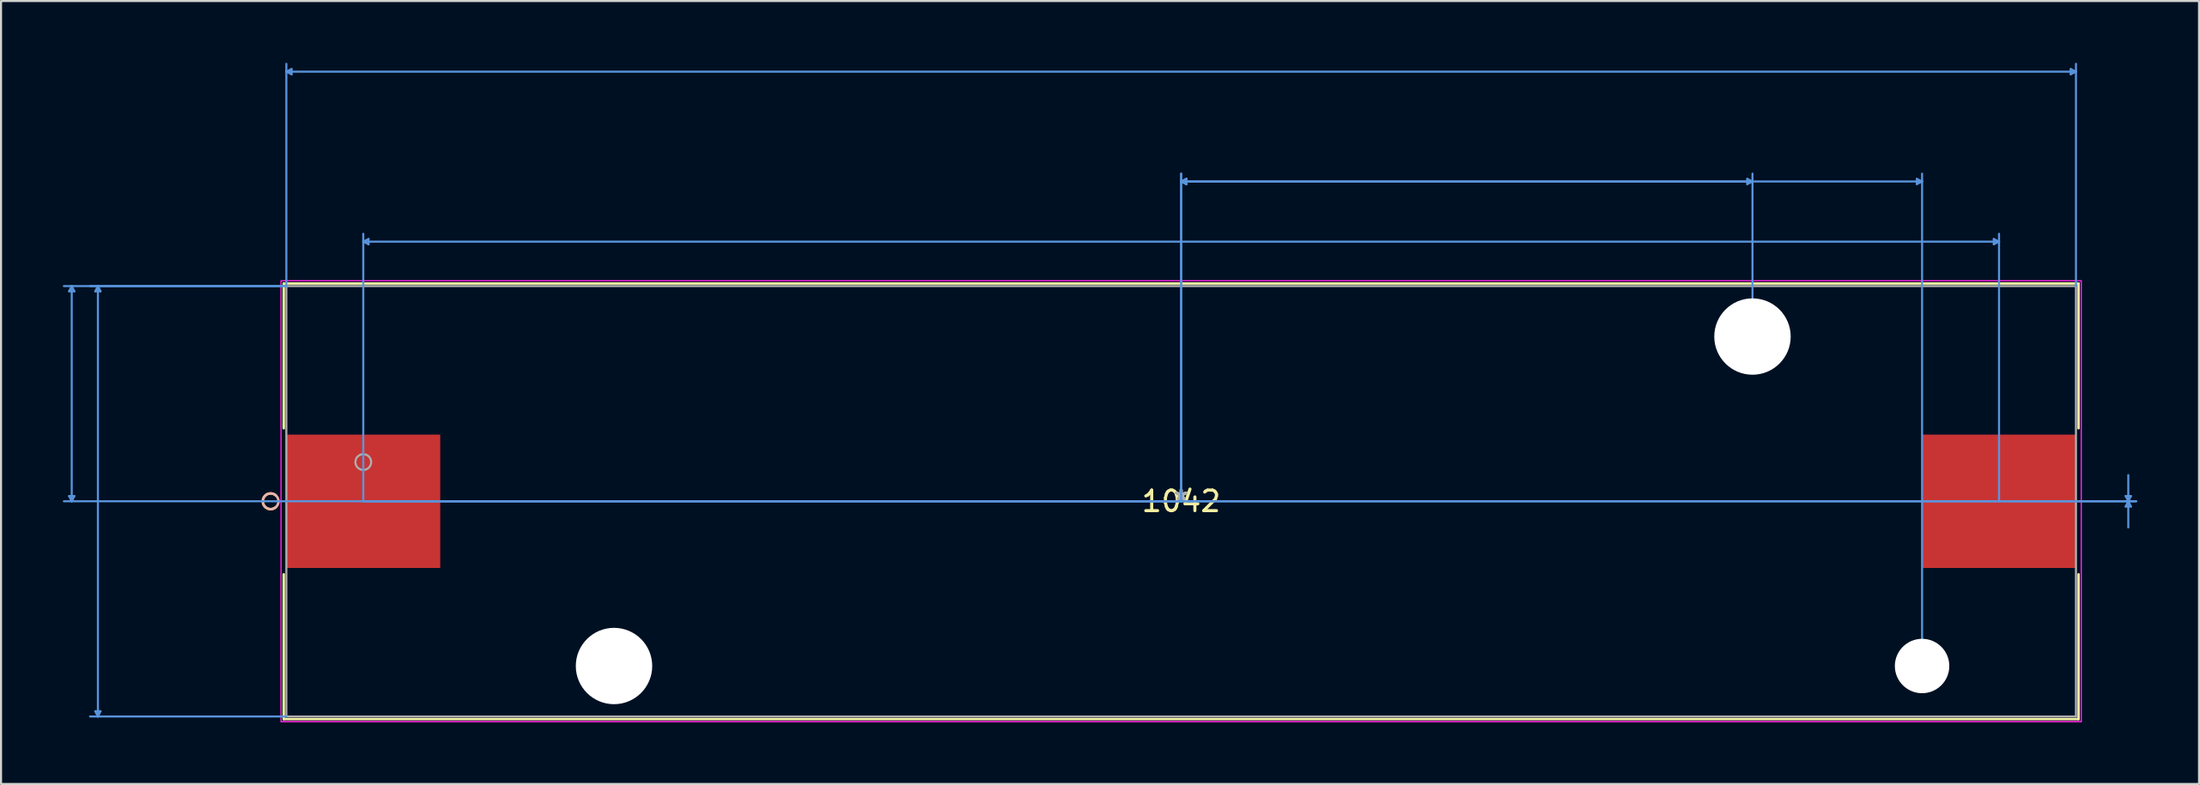
<source format=kicad_pcb>
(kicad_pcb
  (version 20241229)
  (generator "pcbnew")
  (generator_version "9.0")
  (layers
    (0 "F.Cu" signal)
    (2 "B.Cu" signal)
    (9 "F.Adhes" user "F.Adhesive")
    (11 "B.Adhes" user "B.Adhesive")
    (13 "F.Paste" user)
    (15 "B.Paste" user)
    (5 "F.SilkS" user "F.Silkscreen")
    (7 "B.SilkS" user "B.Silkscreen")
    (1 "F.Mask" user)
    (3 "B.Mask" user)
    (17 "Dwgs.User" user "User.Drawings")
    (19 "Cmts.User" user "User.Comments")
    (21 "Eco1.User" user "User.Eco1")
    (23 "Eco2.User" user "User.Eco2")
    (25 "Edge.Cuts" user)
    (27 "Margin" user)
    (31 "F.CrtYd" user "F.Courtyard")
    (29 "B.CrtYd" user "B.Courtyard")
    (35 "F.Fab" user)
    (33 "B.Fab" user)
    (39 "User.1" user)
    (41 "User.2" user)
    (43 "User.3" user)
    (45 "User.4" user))
  (footprint "1042"
    (layer "F.Cu")
    (at 54.266 21.297)
    (property "Reference" "1042" (at 0 0 0) (layer "F.SilkS") (effects (font (size 1 1) (thickness 0.15))))
    (attr through_hole)
    (fp_line (start -43.548 -10.579) (end -43.548 -3.546) (stroke (width 0.12) (type solid)) (layer "F.SilkS"))
    (fp_line (start -43.548 3.546) (end -43.548 10.579) (stroke (width 0.12) (type solid)) (layer "F.SilkS"))
    (fp_line (start -43.548 10.579) (end 43.548 10.579) (stroke (width 0.12) (type solid)) (layer "F.SilkS"))
    (fp_line (start 43.548 -10.579) (end -43.548 -10.579) (stroke (width 0.12) (type solid)) (layer "F.SilkS"))
    (fp_line (start 43.548 -3.546) (end 43.548 -10.579) (stroke (width 0.12) (type solid)) (layer "F.SilkS"))
    (fp_line (start 43.548 10.579) (end 43.548 3.546) (stroke (width 0.12) (type solid)) (layer "F.SilkS"))
    (fp_arc (start -43.93184 0.286232) (mid -44.5643 0) (end -43.93184 -0.286232) (stroke (width 0.12) (type solid)) (layer "F.SilkS"))
    (fp_circle (center -44.183 0) (end -43.802 0) (stroke (width 0.12) (type solid)) (fill no) (layer "B.SilkS"))
    (fp_line (start -53.962 -10.198) (end -53.708 -10.198) (stroke (width 0.1) (type solid)) (layer "Cmts.User"))
    (fp_line (start -53.962 -0.254) (end -53.708 -0.254) (stroke (width 0.1) (type solid)) (layer "Cmts.User"))
    (fp_line (start -53.835 -10.452) (end -53.962 -10.198) (stroke (width 0.1) (type solid)) (layer "Cmts.User"))
    (fp_line (start -53.835 -10.452) (end -53.835 0) (stroke (width 0.1) (type solid)) (layer "Cmts.User"))
    (fp_line (start -53.835 -10.452) (end -53.708 -10.198) (stroke (width 0.1) (type solid)) (layer "Cmts.User"))
    (fp_line (start -53.835 0) (end -53.962 -0.254) (stroke (width 0.1) (type solid)) (layer "Cmts.User"))
    (fp_line (start -53.835 0) (end -53.708 -0.254) (stroke (width 0.1) (type solid)) (layer "Cmts.User"))
    (fp_line (start -52.692 -10.198) (end -52.438 -10.198) (stroke (width 0.1) (type solid)) (layer "Cmts.User"))
    (fp_line (start -52.692 10.198) (end -52.438 10.198) (stroke (width 0.1) (type solid)) (layer "Cmts.User"))
    (fp_line (start -52.565 -10.452) (end -52.692 -10.198) (stroke (width 0.1) (type solid)) (layer "Cmts.User"))
    (fp_line (start -52.565 -10.452) (end -52.565 10.452) (stroke (width 0.1) (type solid)) (layer "Cmts.User"))
    (fp_line (start -52.565 -10.452) (end -52.438 -10.198) (stroke (width 0.1) (type solid)) (layer "Cmts.User"))
    (fp_line (start -52.565 10.452) (end -52.692 10.198) (stroke (width 0.1) (type solid)) (layer "Cmts.User"))
    (fp_line (start -52.565 10.452) (end -52.438 10.198) (stroke (width 0.1) (type solid)) (layer "Cmts.User"))
    (fp_line (start -43.421 -20.866) (end -43.167 -20.993) (stroke (width 0.1) (type solid)) (layer "Cmts.User"))
    (fp_line (start -43.421 -20.866) (end -43.167 -20.739) (stroke (width 0.1) (type solid)) (layer "Cmts.User"))
    (fp_line (start -43.421 -20.866) (end 43.421 -20.866) (stroke (width 0.1) (type solid)) (layer "Cmts.User"))
    (fp_line (start -43.421 -10.452) (end -54.216 -10.452) (stroke (width 0.1) (type solid)) (layer "Cmts.User"))
    (fp_line (start -43.421 -10.452) (end -52.946 -10.452) (stroke (width 0.1) (type solid)) (layer "Cmts.User"))
    (fp_line (start -43.421 -10.452) (end -43.421 -21.247) (stroke (width 0.1) (type solid)) (layer "Cmts.User"))
    (fp_line (start -43.421 10.452) (end -52.946 10.452) (stroke (width 0.1) (type solid)) (layer "Cmts.User"))
    (fp_line (start -43.167 -20.993) (end -43.167 -20.739) (stroke (width 0.1) (type solid)) (layer "Cmts.User"))
    (fp_line (start -39.688 -12.611) (end -39.434 -12.738) (stroke (width 0.1) (type solid)) (layer "Cmts.User"))
    (fp_line (start -39.688 -12.611) (end -39.434 -12.484) (stroke (width 0.1) (type solid)) (layer "Cmts.User"))
    (fp_line (start -39.688 -12.611) (end 39.688 -12.611) (stroke (width 0.1) (type solid)) (layer "Cmts.User"))
    (fp_line (start -39.688 0) (end -39.688 -12.992) (stroke (width 0.1) (type solid)) (layer "Cmts.User"))
    (fp_line (start -39.688 0) (end 46.342 0) (stroke (width 0.1) (type solid)) (layer "Cmts.User"))
    (fp_line (start -39.688 0) (end 46.342 0) (stroke (width 0.1) (type solid)) (layer "Cmts.User"))
    (fp_line (start -39.434 -12.738) (end -39.434 -12.484) (stroke (width 0.1) (type solid)) (layer "Cmts.User"))
    (fp_line (start 0 -15.532) (end 0.254 -15.659) (stroke (width 0.1) (type solid)) (layer "Cmts.User"))
    (fp_line (start 0 -15.532) (end 0.254 -15.659) (stroke (width 0.1) (type solid)) (layer "Cmts.User"))
    (fp_line (start 0 -15.532) (end 0.254 -15.405) (stroke (width 0.1) (type solid)) (layer "Cmts.User"))
    (fp_line (start 0 -15.532) (end 0.254 -15.405) (stroke (width 0.1) (type solid)) (layer "Cmts.User"))
    (fp_line (start 0 -15.532) (end 27.724 -15.532) (stroke (width 0.1) (type solid)) (layer "Cmts.User"))
    (fp_line (start 0 -15.532) (end 35.954 -15.532) (stroke (width 0.1) (type solid)) (layer "Cmts.User"))
    (fp_line (start 0 0) (end -54.216 0) (stroke (width 0.1) (type solid)) (layer "Cmts.User"))
    (fp_line (start 0 0) (end 0 -15.913) (stroke (width 0.1) (type solid)) (layer "Cmts.User"))
    (fp_line (start 0 0) (end 0 -15.913) (stroke (width 0.1) (type solid)) (layer "Cmts.User"))
    (fp_line (start 0.254 -15.659) (end 0.254 -15.405) (stroke (width 0.1) (type solid)) (layer "Cmts.User"))
    (fp_line (start 0.254 -15.659) (end 0.254 -15.405) (stroke (width 0.1) (type solid)) (layer "Cmts.User"))
    (fp_line (start 27.47 -15.659) (end 27.47 -15.405) (stroke (width 0.1) (type solid)) (layer "Cmts.User"))
    (fp_line (start 27.724 -15.532) (end 27.47 -15.659) (stroke (width 0.1) (type solid)) (layer "Cmts.User"))
    (fp_line (start 27.724 -15.532) (end 27.47 -15.405) (stroke (width 0.1) (type solid)) (layer "Cmts.User"))
    (fp_line (start 27.724 -8.001) (end 27.724 -15.913) (stroke (width 0.1) (type solid)) (layer "Cmts.User"))
    (fp_line (start 35.7 -15.659) (end 35.7 -15.405) (stroke (width 0.1) (type solid)) (layer "Cmts.User"))
    (fp_line (start 35.954 -15.532) (end 35.7 -15.659) (stroke (width 0.1) (type solid)) (layer "Cmts.User"))
    (fp_line (start 35.954 -15.532) (end 35.7 -15.405) (stroke (width 0.1) (type solid)) (layer "Cmts.User"))
    (fp_line (start 35.954 8.001) (end 35.954 -15.913) (stroke (width 0.1) (type solid)) (layer "Cmts.User"))
    (fp_line (start 39.434 -12.738) (end 39.434 -12.484) (stroke (width 0.1) (type solid)) (layer "Cmts.User"))
    (fp_line (start 39.688 -12.611) (end 39.434 -12.738) (stroke (width 0.1) (type solid)) (layer "Cmts.User"))
    (fp_line (start 39.688 -12.611) (end 39.434 -12.484) (stroke (width 0.1) (type solid)) (layer "Cmts.User"))
    (fp_line (start 39.688 0) (end 39.688 -12.992) (stroke (width 0.1) (type solid)) (layer "Cmts.User"))
    (fp_line (start 43.167 -20.993) (end 43.167 -20.739) (stroke (width 0.1) (type solid)) (layer "Cmts.User"))
    (fp_line (start 43.421 -20.866) (end 43.167 -20.993) (stroke (width 0.1) (type solid)) (layer "Cmts.User"))
    (fp_line (start 43.421 -20.866) (end 43.167 -20.739) (stroke (width 0.1) (type solid)) (layer "Cmts.User"))
    (fp_line (start 43.421 -10.452) (end 43.421 -21.247) (stroke (width 0.1) (type solid)) (layer "Cmts.User"))
    (fp_line (start 45.834 -0.254) (end 46.088 -0.254) (stroke (width 0.1) (type solid)) (layer "Cmts.User"))
    (fp_line (start 45.834 0.254) (end 46.088 0.254) (stroke (width 0.1) (type solid)) (layer "Cmts.User"))
    (fp_line (start 45.961 0) (end 45.834 -0.254) (stroke (width 0.1) (type solid)) (layer "Cmts.User"))
    (fp_line (start 45.961 0) (end 45.834 0.254) (stroke (width 0.1) (type solid)) (layer "Cmts.User"))
    (fp_line (start 45.961 0) (end 45.961 -1.27) (stroke (width 0.1) (type solid)) (layer "Cmts.User"))
    (fp_line (start 45.961 0) (end 45.961 1.27) (stroke (width 0.1) (type solid)) (layer "Cmts.User"))
    (fp_line (start 45.961 0) (end 46.088 -0.254) (stroke (width 0.1) (type solid)) (layer "Cmts.User"))
    (fp_line (start 45.961 0) (end 46.088 0.254) (stroke (width 0.1) (type solid)) (layer "Cmts.User"))
    (fp_line (start -43.675 -10.706) (end -43.675 10.706) (stroke (width 0.05) (type solid)) (layer "F.CrtYd"))
    (fp_line (start -43.675 -10.706) (end -43.675 10.706) (stroke (width 0.05) (type solid)) (layer "F.CrtYd"))
    (fp_line (start -43.675 10.706) (end 43.675 10.706) (stroke (width 0.05) (type solid)) (layer "F.CrtYd"))
    (fp_line (start -43.675 10.706) (end 43.675 10.706) (stroke (width 0.05) (type solid)) (layer "F.CrtYd"))
    (fp_line (start 43.675 -10.706) (end -43.675 -10.706) (stroke (width 0.05) (type solid)) (layer "F.CrtYd"))
    (fp_line (start 43.675 -10.706) (end -43.675 -10.706) (stroke (width 0.05) (type solid)) (layer "F.CrtYd"))
    (fp_line (start 43.675 10.706) (end 43.675 -10.706) (stroke (width 0.05) (type solid)) (layer "F.CrtYd"))
    (fp_line (start 43.675 10.706) (end 43.675 -10.706) (stroke (width 0.05) (type solid)) (layer "F.CrtYd"))
    (fp_line (start -43.421 -10.452) (end -43.421 10.452) (stroke (width 0.1) (type solid)) (layer "F.Fab"))
    (fp_line (start -43.421 10.452) (end 43.421 10.452) (stroke (width 0.1) (type solid)) (layer "F.Fab"))
    (fp_line (start 43.421 -10.452) (end -43.421 -10.452) (stroke (width 0.1) (type solid)) (layer "F.Fab"))
    (fp_line (start 43.421 10.452) (end 43.421 -10.452) (stroke (width 0.1) (type solid)) (layer "F.Fab"))
    (fp_circle (center -39.688 -1.905) (end -39.306 -1.905) (stroke (width 0.1) (type solid)) (fill no) (layer "F.Fab"))
    (fp_text user "*" (at 0 0 0) (layer "F.SilkS") (effects (font (size 1 1) (thickness 0.15))))
    (fp_text user "Copyright 2021 Accelerated Designs. All rights reserved." (at 0 0 0) (layer "Cmts.User") (effects (font (size 0.127 0.127) (thickness 0.002))))
    (fp_text user "*" (at 0 0 0) (layer "F.Fab") (effects (font (size 1 1) (thickness 0.15))))
    (pad "" np_thru_hole circle (at -27.521 8.001) (size 3.708 3.708) (drill 3.708) (layers "*.Cu" "*.Mask"))
    (pad "" np_thru_hole circle (at 27.724 -8.001) (size 3.708 3.708) (drill 3.708) (layers "*.Cu" "*.Mask"))
    (pad "" np_thru_hole circle (at 35.954 8.001) (size 2.642 2.642) (drill 2.642) (layers "*.Cu" "*.Mask"))
    (pad "1" smd rect (at -39.688 0) (size 7.468 6.477) (layers "F.Cu" "F.Mask" "F.Paste"))
    (pad "2" smd rect (at 39.688 0) (size 7.468 6.477) (layers "F.Cu" "F.Mask" "F.Paste")))
  (gr_rect
    (start -3 -3)
    (end 103.659 35.028)
    (stroke (width 0.1) (type default))
    (fill no)
    (layer "Edge.Cuts")))
</source>
